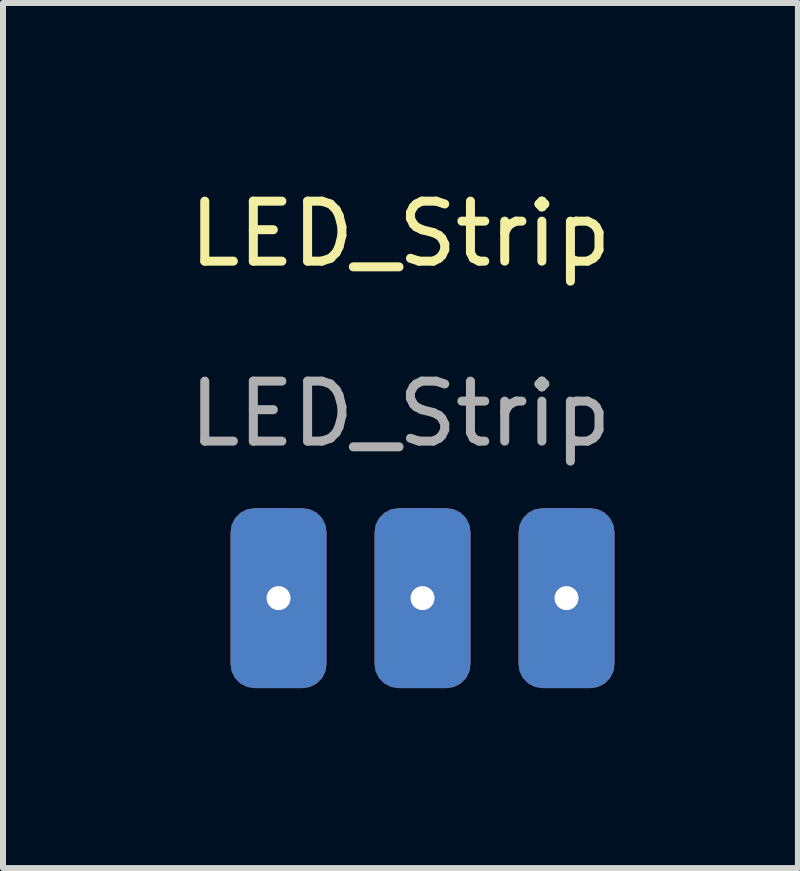
<source format=kicad_pcb>
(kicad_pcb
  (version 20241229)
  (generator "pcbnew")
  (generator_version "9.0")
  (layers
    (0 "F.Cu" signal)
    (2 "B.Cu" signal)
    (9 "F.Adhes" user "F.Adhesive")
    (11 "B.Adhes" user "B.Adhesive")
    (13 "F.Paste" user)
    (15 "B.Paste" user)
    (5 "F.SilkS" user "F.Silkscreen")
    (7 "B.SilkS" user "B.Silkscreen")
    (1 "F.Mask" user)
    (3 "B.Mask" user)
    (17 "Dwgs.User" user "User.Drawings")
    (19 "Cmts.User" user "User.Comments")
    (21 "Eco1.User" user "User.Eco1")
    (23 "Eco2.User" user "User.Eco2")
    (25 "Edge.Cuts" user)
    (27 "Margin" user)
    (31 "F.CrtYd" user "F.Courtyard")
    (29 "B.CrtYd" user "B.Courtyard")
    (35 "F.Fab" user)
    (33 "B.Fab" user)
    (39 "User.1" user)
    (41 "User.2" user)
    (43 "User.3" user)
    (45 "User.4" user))
  (footprint "LED_Strip"
    (layer "F.Cu")
    (at 1.593 6.92)
    (property "Reference" "LED_Strip" (at 2.032 -6.072 0) (unlocked yes) (layer "F.SilkS") (effects (font (size 1 1) (thickness 0.15))))
    (attr smd)
    (fp_text user "${REFERENCE}" (at 2.032 -3.072 0) (unlocked yes) (layer "F.Fab") (effects (font (size 1 1) (thickness 0.15))))
    (pad "1" thru_hole roundrect (at 0 0) (size 1.6 3) (drill 0.4) (layers "*.Cu" "*.Mask") (roundrect_rratio 0.25))
    (pad "2" thru_hole roundrect (at 2.4 0) (size 1.6 3) (drill 0.4) (layers "*.Cu" "*.Mask") (roundrect_rratio 0.25))
    (pad "3" thru_hole roundrect (at 4.8 0) (size 1.6 3) (drill 0.4) (layers "*.Cu" "*.Mask") (roundrect_rratio 0.25)))
  (gr_rect
    (start -3 -3)
    (end 10.25 11.42)
    (stroke (width 0.1) (type default))
    (fill no)
    (layer "Edge.Cuts")))
</source>
